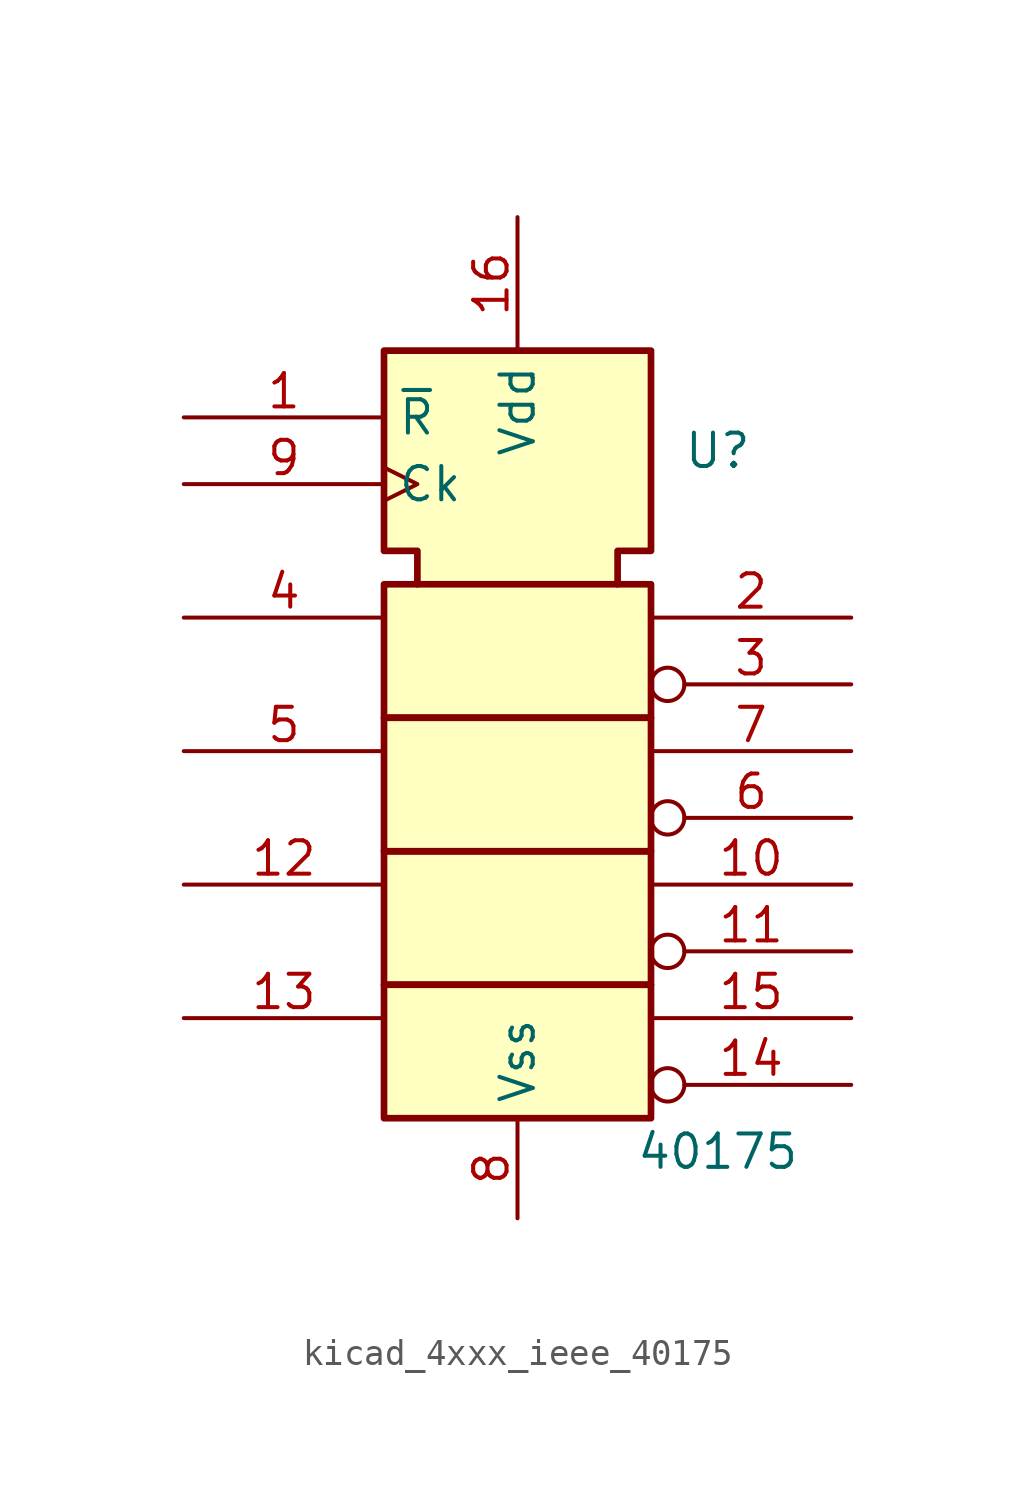
<source format=kicad_sym>
(kicad_symbol_lib
  (version 20220914)
  (generator kicad_symbol_editor)
  (symbol "kicad_4xxx_ieee_40175"
    (property "Reference" "U"
      (at 7.62 11.43 0)
      (effects (font (size 1.27 1.27))))
    (property "Value" "40175"
      (at 7.62 -15.24 0)
      (effects (font (size 1.27 1.27))))
    (symbol "kicad_4xxx_ieee_40175_0_1"
      (rectangle (start -5.08 -8.89) (end 5.08 -13.97) (stroke (width 0.254) (type default)) (fill (type background)))
      (rectangle (start -5.08 1.27) (end 5.08 -3.81) (stroke (width 0.254) (type default)) (fill (type background)))
      (polyline (pts (xy -3.81 6.35) (xy -3.81 7.62) (xy -5.08 7.62) (xy -5.08 15.24) (xy 5.08 15.24) (xy 5.08 7.62) (xy 3.81 7.62) (xy 3.81 6.35) (xy 3.81 6.35)) (stroke (width 0.254) (type default)) (fill (type background)))
      (rectangle (start 5.08 -3.81) (end -5.08 -8.89) (stroke (width 0.254) (type default)) (fill (type background)))
      (rectangle (start 5.08 6.35) (end -5.08 1.27) (stroke (width 0.254) (type default)) (fill (type background))))
    (symbol "kicad_4xxx_ieee_40175_1_0"
      (pin input line (at -12.7 12.7 0) (length 7.62) (name "~{R}" (effects (font (size 1.27 1.27)))) (number "1" (effects (font (size 1.27 1.27)))))
      (pin output line (at 12.7 -5.08 180) (length 7.62) (name "~" (effects (font (size 1.27 1.27)))) (number "10" (effects (font (size 1.27 1.27)))))
      (pin output inverted (at 12.7 -7.62 180) (length 7.62) (name "~" (effects (font (size 1.27 1.27)))) (number "11" (effects (font (size 1.27 1.27)))))
      (pin input line (at -12.7 -5.08 0) (length 7.62) (name "~" (effects (font (size 1.27 1.27)))) (number "12" (effects (font (size 1.27 1.27)))))
      (pin input line (at -12.7 -10.16 0) (length 7.62) (name "~" (effects (font (size 1.27 1.27)))) (number "13" (effects (font (size 1.27 1.27)))))
      (pin output inverted (at 12.7 -12.7 180) (length 7.62) (name "~" (effects (font (size 1.27 1.27)))) (number "14" (effects (font (size 1.27 1.27)))))
      (pin output line (at 12.7 -10.16 180) (length 7.62) (name "~" (effects (font (size 1.27 1.27)))) (number "15" (effects (font (size 1.27 1.27)))))
      (pin power_in line (at 0 20.32 270) (length 5.08) (name "Vdd" (effects (font (size 1.27 1.27)))) (number "16" (effects (font (size 1.27 1.27)))))
      (pin output line (at 12.7 5.08 180) (length 7.62) (name "~" (effects (font (size 1.27 1.27)))) (number "2" (effects (font (size 1.27 1.27)))))
      (pin output inverted (at 12.7 2.54 180) (length 7.62) (name "~" (effects (font (size 1.27 1.27)))) (number "3" (effects (font (size 1.27 1.27)))))
      (pin input line (at -12.7 5.08 0) (length 7.62) (name "~" (effects (font (size 1.27 1.27)))) (number "4" (effects (font (size 1.27 1.27)))))
      (pin input line (at -12.7 0 0) (length 7.62) (name "~" (effects (font (size 1.27 1.27)))) (number "5" (effects (font (size 1.27 1.27)))))
      (pin output inverted (at 12.7 -2.54 180) (length 7.62) (name "~" (effects (font (size 1.27 1.27)))) (number "6" (effects (font (size 1.27 1.27)))))
      (pin output line (at 12.7 0 180) (length 7.62) (name "~" (effects (font (size 1.27 1.27)))) (number "7" (effects (font (size 1.27 1.27)))))
      (pin power_in line (at 0 -17.78 90) (length 3.81) (name "Vss" (effects (font (size 1.27 1.27)))) (number "8" (effects (font (size 1.27 1.27)))))
      (pin input clock (at -12.7 10.16 0) (length 7.62) (name "Ck" (effects (font (size 1.27 1.27)))) (number "9" (effects (font (size 1.27 1.27))))))))
</source>
